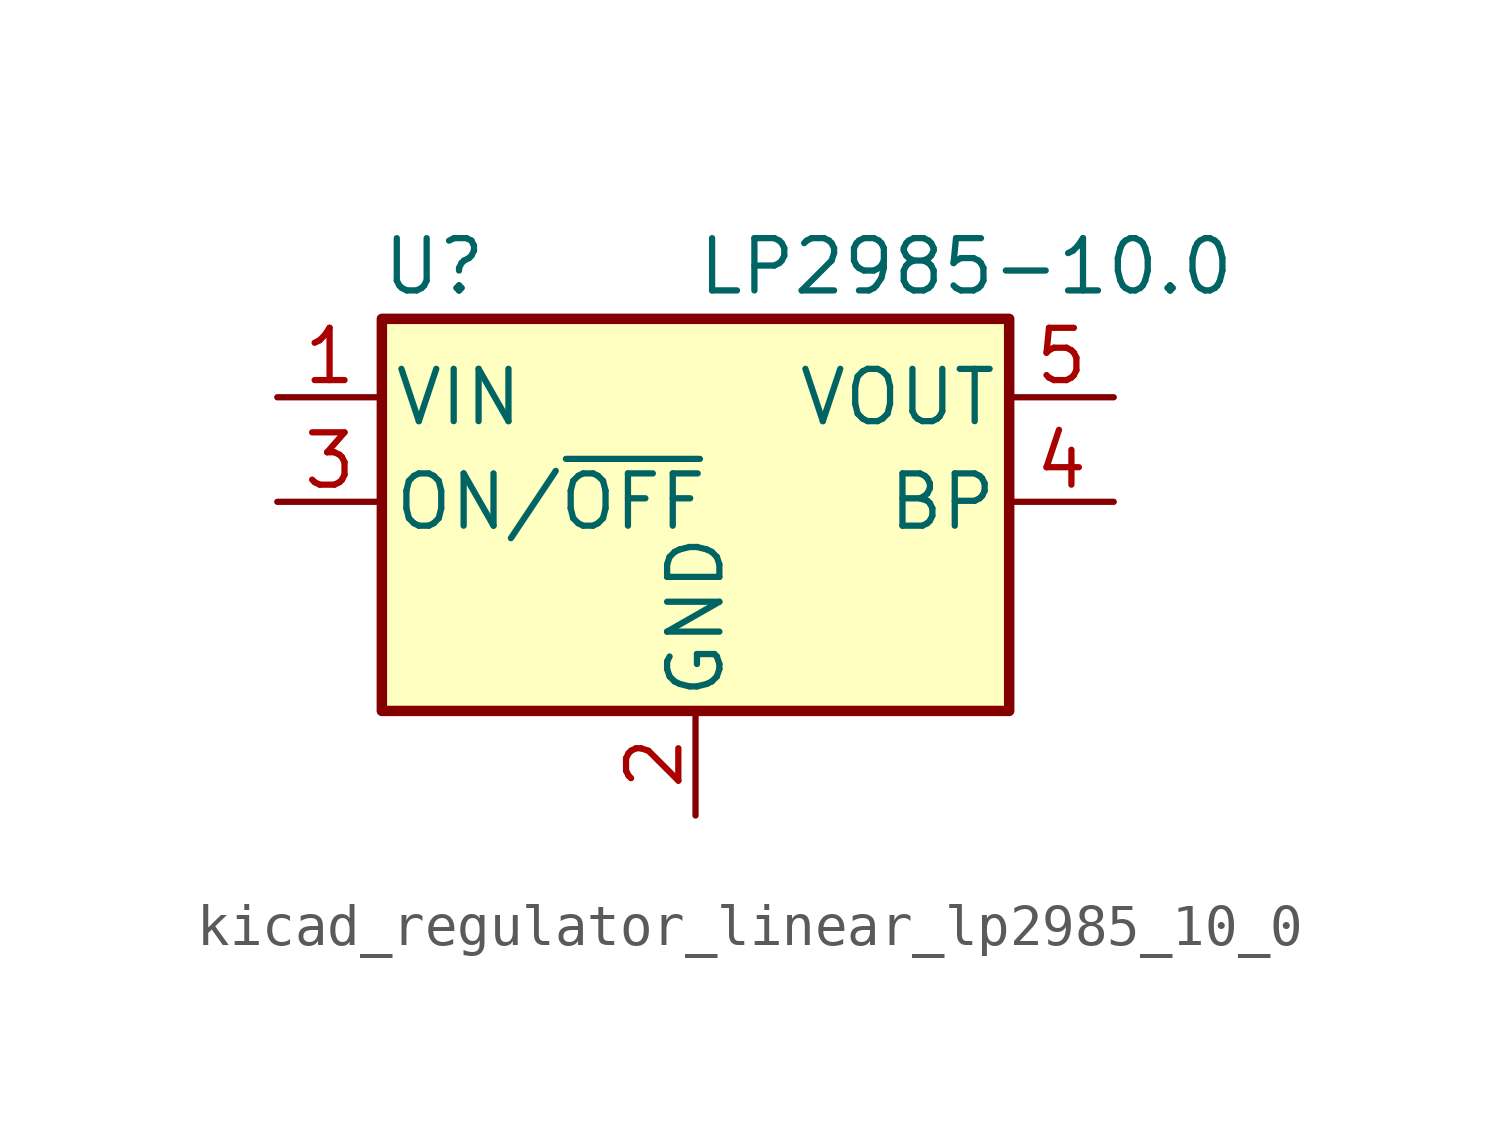
<source format=kicad_sym>
(kicad_symbol_lib
  (version 20220914)
  (generator kicad_symbol_editor)
  (symbol "kicad_regulator_linear_lp2985_10_0"
    (pin_names
      (offset 0.254))
    (property "Reference" "U"
      (at -6.35 5.715 0)
      (effects (font (size 1.27 1.27))))
    (property "Value" "LP2985-10.0"
      (at 0 5.715 0)
      (effects (font (size 1.27 1.27)) (justify left)))
    (symbol "kicad_regulator_linear_lp2985_10_0_0_1"
      (rectangle (start -7.62 -5.08) (end 7.62 4.445) (stroke (width 0.254) (type default)) (fill (type background))))
    (symbol "kicad_regulator_linear_lp2985_10_0_1_1"
      (pin power_in line (at -10.16 2.54 0) (length 2.54) (name "VIN" (effects (font (size 1.27 1.27)))) (number "1" (effects (font (size 1.27 1.27)))))
      (pin power_in line (at 0 -7.62 90) (length 2.54) (name "GND" (effects (font (size 1.27 1.27)))) (number "2" (effects (font (size 1.27 1.27)))))
      (pin input line (at -10.16 0 0) (length 2.54) (name "ON/~{OFF}" (effects (font (size 1.27 1.27)))) (number "3" (effects (font (size 1.27 1.27)))))
      (pin input line (at 10.16 0 180) (length 2.54) (name "BP" (effects (font (size 1.27 1.27)))) (number "4" (effects (font (size 1.27 1.27)))))
      (pin power_out line (at 10.16 2.54 180) (length 2.54) (name "VOUT" (effects (font (size 1.27 1.27)))) (number "5" (effects (font (size 1.27 1.27))))))))
</source>
